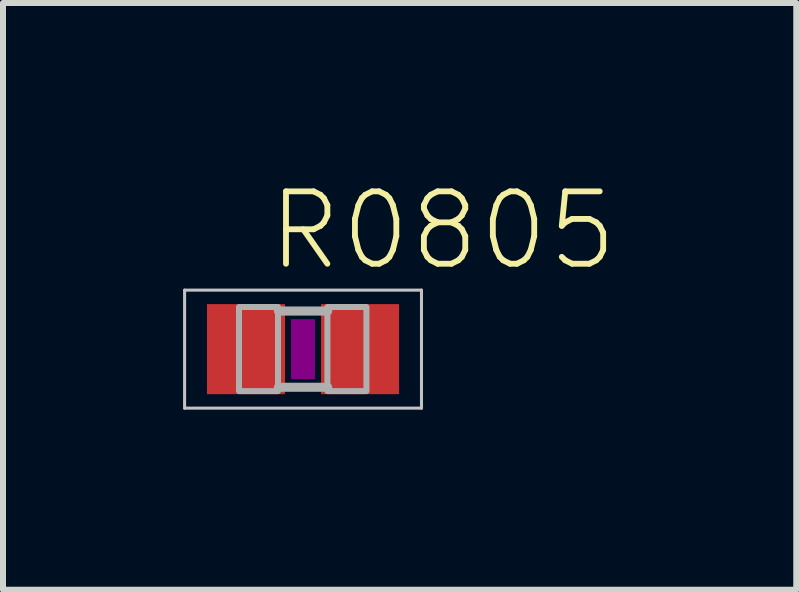
<source format=kicad_pcb>
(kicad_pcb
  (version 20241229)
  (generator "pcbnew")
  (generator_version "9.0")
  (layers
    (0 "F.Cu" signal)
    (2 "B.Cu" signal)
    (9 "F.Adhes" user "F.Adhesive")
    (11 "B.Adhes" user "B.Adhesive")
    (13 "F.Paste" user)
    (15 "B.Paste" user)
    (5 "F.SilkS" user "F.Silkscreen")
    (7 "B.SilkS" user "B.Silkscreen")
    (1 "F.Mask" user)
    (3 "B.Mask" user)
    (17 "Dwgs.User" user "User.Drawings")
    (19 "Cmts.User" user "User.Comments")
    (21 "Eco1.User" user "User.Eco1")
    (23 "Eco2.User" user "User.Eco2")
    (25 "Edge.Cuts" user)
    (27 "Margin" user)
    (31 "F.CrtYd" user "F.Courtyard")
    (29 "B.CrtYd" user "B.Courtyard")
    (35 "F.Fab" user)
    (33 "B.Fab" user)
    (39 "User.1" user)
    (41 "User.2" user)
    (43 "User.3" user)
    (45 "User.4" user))
  (footprint "R0805"
    (layer "F.Cu")
    (at 1.998 2.766)
    (property "Reference" "R0805" (at -0.635 -1.27 180) (layer "F.SilkS") (effects (font (size 1.206 1.206) (thickness 0.097)) (justify left bottom)))
    (attr through_hole)
    (fp_poly (pts (xy -0.2 0.5) (xy 0.2 0.5) (xy 0.2 -0.5) (xy -0.2 -0.5)) (stroke (width 0) (type solid)) (fill yes) (layer "F.Adhes"))
    (fp_line (start -1.973 -0.983) (end 1.973 -0.983) (stroke (width 0.051) (type solid)) (layer "Dwgs.User"))
    (fp_line (start -1.973 0.983) (end -1.973 -0.983) (stroke (width 0.051) (type solid)) (layer "Dwgs.User"))
    (fp_line (start 1.973 -0.983) (end 1.973 0.983) (stroke (width 0.051) (type solid)) (layer "Dwgs.User"))
    (fp_line (start 1.973 0.983) (end -1.973 0.983) (stroke (width 0.051) (type solid)) (layer "Dwgs.User"))
    (fp_line (start -0.41 -0.635) (end 0.41 -0.635) (stroke (width 0.152) (type solid)) (layer "F.Fab"))
    (fp_line (start -0.41 0.635) (end 0.41 0.635) (stroke (width 0.152) (type solid)) (layer "F.Fab"))
    (fp_poly (pts (xy -1.067 0.699) (xy -0.417 0.699) (xy -0.417 -0.702) (xy -1.067 -0.702)) (stroke (width 0.1) (type solid)) (fill no) (layer "F.Fab"))
    (fp_poly (pts (xy 0.406 0.699) (xy 1.056 0.699) (xy 1.056 -0.702) (xy 0.406 -0.702)) (stroke (width 0.1) (type solid)) (fill no) (layer "F.Fab"))
    (pad "1" smd rect (at -0.95 0) (size 1.3 1.5) (layers "F.Cu" "F.Mask" "F.Paste"))
    (pad "2" smd rect (at 0.95 0) (size 1.3 1.5) (layers "F.Cu" "F.Mask" "F.Paste")))
  (gr_rect
    (start -3 -3)
    (end 10.214 6.774)
    (stroke (width 0.1) (type default))
    (fill no)
    (layer "Edge.Cuts")))
</source>
